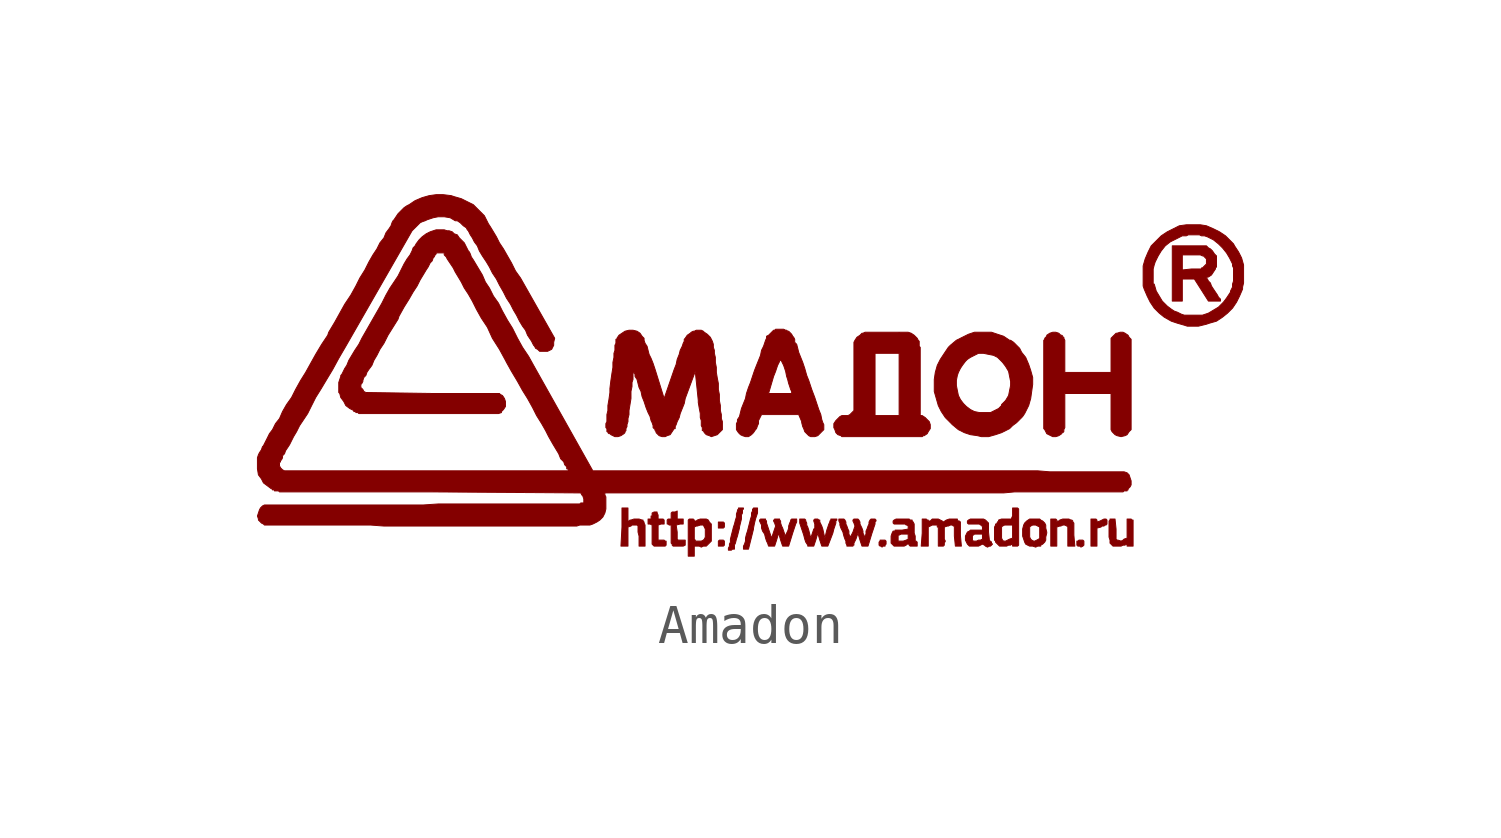
<source format=kicad_sym>
(kicad_symbol_lib
  (version 20220914)
  (generator kicad_symbol_editor)
  (symbol "Amadon"
    (pin_names
      (offset 1.016))
    (property "Reference" "Logo"
      (at 0 6.35 0)
      (effects (font (size 1.524 1.524)) hide))
    (property "Footprint" ""
      (at 0 0 0)
      (effects (font (size 1.524 1.524))))
    (property "Datasheet" ""
      (at 0 0 0)
      (effects (font (size 1.524 1.524))))
    (symbol "Amadon_0_0"
      (polyline (pts (xy -0.66 -4.191) (xy -0.686 -4.166) (xy -0.737 -4.166) (xy -0.787 -4.166) (xy -0.813 -4.191) (xy -0.813 -4.242) (xy -0.813 -4.293) (xy -0.813 -4.318) (xy -0.787 -4.318) (xy -0.737 -4.318) (xy -0.711 -4.318) (xy -0.686 -4.318) (xy -0.66 -4.293) (xy -0.66 -4.267) (xy -0.66 -4.242) (xy -0.66 -4.191) (xy -0.66 -4.191)) (stroke (width 0.025) (type solid)) (fill (type outline)))
      (polyline (pts (xy -0.66 -3.734) (xy -0.686 -3.708) (xy -0.737 -3.708) (xy -0.762 -3.708) (xy -0.813 -3.708) (xy -0.813 -3.734) (xy -0.813 -3.785) (xy -0.813 -3.81) (xy -0.813 -3.835) (xy -0.813 -3.861) (xy -0.762 -3.861) (xy -0.711 -3.861) (xy -0.686 -3.861) (xy -0.66 -3.835) (xy -0.66 -3.785) (xy -0.66 -3.734) (xy -0.66 -3.734)) (stroke (width 0.025) (type solid)) (fill (type outline)))
      (polyline (pts (xy 8.433 -4.191) (xy 8.407 -4.166) (xy 8.382 -4.166) (xy 8.331 -4.166) (xy 8.306 -4.166) (xy 8.28 -4.191) (xy 8.255 -4.191) (xy 8.255 -4.242) (xy 8.255 -4.293) (xy 8.28 -4.318) (xy 8.331 -4.318) (xy 8.357 -4.343) (xy 8.407 -4.318) (xy 8.433 -4.293) (xy 8.433 -4.242) (xy 8.433 -4.191) (xy 8.433 -4.191)) (stroke (width 0.025) (type solid)) (fill (type outline)))
      (polyline (pts (xy 3.429 -4.191) (xy 3.404 -4.166) (xy 3.378 -4.166) (xy 3.327 -4.166) (xy 3.302 -4.166) (xy 3.277 -4.166) (xy 3.277 -4.191) (xy 3.251 -4.216) (xy 3.251 -4.242) (xy 3.251 -4.293) (xy 3.277 -4.318) (xy 3.302 -4.318) (xy 3.327 -4.343) (xy 3.353 -4.318) (xy 3.404 -4.318) (xy 3.404 -4.293) (xy 3.429 -4.267) (xy 3.429 -4.242) (xy 3.429 -4.191) (xy 3.429 -4.191)) (stroke (width 0.025) (type solid)) (fill (type outline)))
      (polyline (pts (xy 0.178 -3.353) (xy 0.152 -3.353) (xy 0.127 -3.353) (xy 0.076 -3.353) (xy 0.076 -3.378) (xy 0.051 -3.378) (xy 0.051 -3.429) (xy 0.025 -3.48) (xy 0.025 -3.556) (xy 0 -3.632) (xy -0.025 -3.734) (xy -0.051 -3.835) (xy -0.076 -3.937) (xy -0.102 -4.013) (xy -0.127 -4.115) (xy -0.127 -4.191) (xy -0.152 -4.267) (xy -0.178 -4.318) (xy -0.178 -4.369) (xy -0.178 -4.394) (xy -0.152 -4.394) (xy -0.102 -4.394) (xy -0.051 -4.394) (xy 0.076 -3.886) (xy 0.076 -3.861) (xy 0.102 -3.734) (xy 0.127 -3.632) (xy 0.152 -3.556) (xy 0.178 -3.48) (xy 0.178 -3.429) (xy 0.178 -3.378) (xy 0.178 -3.353) (xy 0.178 -3.353)) (stroke (width 0.025) (type solid)) (fill (type outline)))
      (polyline (pts (xy 9.017 -3.658) (xy 8.992 -3.632) (xy 8.966 -3.632) (xy 8.941 -3.632) (xy 8.89 -3.658) (xy 8.839 -3.683) (xy 8.763 -3.708) (xy 8.763 -3.683) (xy 8.763 -3.658) (xy 8.738 -3.632) (xy 8.687 -3.632) (xy 8.661 -3.632) (xy 8.636 -3.632) (xy 8.611 -3.632) (xy 8.611 -3.658) (xy 8.611 -3.683) (xy 8.611 -3.734) (xy 8.611 -3.785) (xy 8.611 -3.886) (xy 8.611 -3.988) (xy 8.611 -4.064) (xy 8.611 -4.14) (xy 8.611 -4.216) (xy 8.611 -4.267) (xy 8.611 -4.293) (xy 8.611 -4.318) (xy 8.636 -4.318) (xy 8.687 -4.318) (xy 8.763 -4.318) (xy 8.763 -4.089) (xy 8.763 -3.861) (xy 8.865 -3.835) (xy 8.89 -3.81) (xy 8.941 -3.81) (xy 8.966 -3.785) (xy 8.992 -3.785) (xy 9.017 -3.759) (xy 9.017 -3.734) (xy 9.017 -3.683) (xy 9.017 -3.658) (xy 9.017 -3.658)) (stroke (width 0.025) (type solid)) (fill (type outline)))
      (polyline (pts (xy -0.178 -3.353) (xy -0.203 -3.353) (xy -0.229 -3.353) (xy -0.254 -3.353) (xy -0.305 -3.353) (xy -0.305 -3.378) (xy -0.33 -3.404) (xy -0.33 -3.429) (xy -0.356 -3.505) (xy -0.356 -3.581) (xy -0.381 -3.658) (xy -0.406 -3.759) (xy -0.432 -3.835) (xy -0.457 -3.937) (xy -0.483 -4.039) (xy -0.508 -4.14) (xy -0.508 -4.216) (xy -0.533 -4.267) (xy -0.533 -4.318) (xy -0.559 -4.369) (xy -0.559 -4.42) (xy -0.483 -4.42) (xy -0.457 -4.394) (xy -0.432 -4.394) (xy -0.406 -4.394) (xy -0.406 -4.369) (xy -0.406 -4.343) (xy -0.406 -4.293) (xy -0.381 -4.242) (xy -0.356 -4.14) (xy -0.33 -4.064) (xy -0.305 -3.962) (xy -0.279 -3.861) (xy -0.279 -3.835) (xy -0.254 -3.734) (xy -0.229 -3.632) (xy -0.229 -3.531) (xy -0.203 -3.48) (xy -0.203 -3.404) (xy -0.178 -3.378) (xy -0.178 -3.353) (xy -0.178 -3.353)) (stroke (width 0.025) (type solid)) (fill (type outline)))
      (polyline (pts (xy 8.204 -4.318) (xy 8.179 -4.039) (xy 8.179 -4.013) (xy 8.179 -3.912) (xy 8.179 -3.835) (xy 8.179 -3.785) (xy 8.179 -3.734) (xy 8.153 -3.708) (xy 8.153 -3.683) (xy 8.128 -3.658) (xy 8.103 -3.658) (xy 8.052 -3.632) (xy 7.976 -3.632) (xy 7.899 -3.632) (xy 7.823 -3.658) (xy 7.798 -3.683) (xy 7.772 -3.683) (xy 7.747 -3.708) (xy 7.747 -3.683) (xy 7.747 -3.658) (xy 7.722 -3.632) (xy 7.671 -3.632) (xy 7.595 -3.632) (xy 7.595 -3.988) (xy 7.595 -4.318) (xy 7.671 -4.318) (xy 7.747 -4.318) (xy 7.747 -4.089) (xy 7.747 -3.835) (xy 7.823 -3.81) (xy 7.849 -3.81) (xy 7.899 -3.785) (xy 7.95 -3.785) (xy 8.001 -3.81) (xy 8.026 -3.835) (xy 8.026 -3.861) (xy 8.026 -3.912) (xy 8.026 -3.988) (xy 8.026 -4.064) (xy 8.026 -4.318) (xy 8.103 -4.318) (xy 8.204 -4.318) (xy 8.204 -4.318)) (stroke (width 0.025) (type solid)) (fill (type outline)))
      (polyline (pts (xy -2.667 -3.785) (xy -2.692 -3.734) (xy -2.692 -3.708) (xy -2.718 -3.683) (xy -2.718 -3.658) (xy -2.743 -3.658) (xy -2.819 -3.632) (xy -2.87 -3.632) (xy -2.946 -3.632) (xy -3.023 -3.658) (xy -3.048 -3.658) (xy -3.073 -3.683) (xy -3.099 -3.683) (xy -3.099 -3.658) (xy -3.099 -3.632) (xy -3.099 -3.581) (xy -3.099 -3.505) (xy -3.099 -3.353) (xy -3.175 -3.353) (xy -3.251 -3.353) (xy -3.251 -3.835) (xy -3.277 -4.318) (xy -3.175 -4.318) (xy -3.099 -4.318) (xy -3.099 -4.064) (xy -3.099 -3.835) (xy -3.023 -3.81) (xy -2.997 -3.785) (xy -2.946 -3.785) (xy -2.896 -3.785) (xy -2.87 -3.785) (xy -2.845 -3.81) (xy -2.845 -3.835) (xy -2.845 -3.861) (xy -2.845 -3.912) (xy -2.845 -3.962) (xy -2.819 -4.064) (xy -2.819 -4.318) (xy -2.743 -4.318) (xy -2.667 -4.318) (xy -2.667 -4.039) (xy -2.667 -3.937) (xy -2.667 -3.861) (xy -2.667 -3.785) (xy -2.667 -3.785)) (stroke (width 0.025) (type solid)) (fill (type outline)))
      (polyline (pts (xy -1.651 -4.166) (xy -1.727 -4.166) (xy -1.753 -4.166) (xy -1.778 -4.166) (xy -1.803 -4.166) (xy -1.829 -4.166) (xy -1.854 -4.14) (xy -1.854 -4.089) (xy -1.854 -4.039) (xy -1.854 -3.962) (xy -1.88 -3.785) (xy -1.778 -3.759) (xy -1.702 -3.759) (xy -1.702 -3.708) (xy -1.702 -3.683) (xy -1.702 -3.658) (xy -1.702 -3.632) (xy -1.753 -3.632) (xy -1.803 -3.632) (xy -1.854 -3.632) (xy -1.854 -3.531) (xy -1.854 -3.429) (xy -1.905 -3.454) (xy -1.956 -3.454) (xy -1.981 -3.454) (xy -2.007 -3.48) (xy -2.007 -3.505) (xy -2.007 -3.556) (xy -2.007 -3.632) (xy -2.057 -3.632) (xy -2.083 -3.632) (xy -2.108 -3.658) (xy -2.108 -3.683) (xy -2.108 -3.734) (xy -2.108 -3.759) (xy -2.083 -3.759) (xy -2.057 -3.785) (xy -2.007 -3.785) (xy -2.007 -3.988) (xy -2.007 -4.039) (xy -2.007 -4.115) (xy -2.007 -4.191) (xy -2.007 -4.242) (xy -1.981 -4.267) (xy -1.981 -4.293) (xy -1.956 -4.318) (xy -1.905 -4.318) (xy -1.854 -4.318) (xy -1.803 -4.318) (xy -1.753 -4.318) (xy -1.702 -4.318) (xy -1.651 -4.293) (xy -1.651 -4.267) (xy -1.651 -4.216) (xy -1.651 -4.166) (xy -1.651 -4.166)) (stroke (width 0.025) (type solid)) (fill (type outline)))
      (polyline (pts (xy -2.134 -4.191) (xy -2.159 -4.191) (xy -2.184 -4.166) (xy -2.235 -4.166) (xy -2.286 -4.166) (xy -2.311 -4.166) (xy -2.337 -4.166) (xy -2.337 -4.14) (xy -2.337 -4.089) (xy -2.337 -4.039) (xy -2.337 -3.962) (xy -2.337 -3.785) (xy -2.261 -3.759) (xy -2.184 -3.759) (xy -2.184 -3.708) (xy -2.184 -3.683) (xy -2.184 -3.658) (xy -2.21 -3.632) (xy -2.286 -3.632) (xy -2.337 -3.632) (xy -2.337 -3.531) (xy -2.362 -3.48) (xy -2.362 -3.454) (xy -2.388 -3.454) (xy -2.438 -3.454) (xy -2.489 -3.48) (xy -2.489 -3.556) (xy -2.515 -3.556) (xy -2.515 -3.607) (xy -2.515 -3.632) (xy -2.54 -3.632) (xy -2.565 -3.632) (xy -2.591 -3.632) (xy -2.591 -3.658) (xy -2.591 -3.708) (xy -2.591 -3.734) (xy -2.591 -3.759) (xy -2.54 -3.759) (xy -2.489 -3.785) (xy -2.489 -4.013) (xy -2.489 -4.115) (xy -2.489 -4.166) (xy -2.489 -4.216) (xy -2.489 -4.267) (xy -2.464 -4.293) (xy -2.438 -4.318) (xy -2.413 -4.318) (xy -2.362 -4.318) (xy -2.286 -4.318) (xy -2.235 -4.318) (xy -2.184 -4.318) (xy -2.159 -4.318) (xy -2.134 -4.293) (xy -2.134 -4.267) (xy -2.134 -4.242) (xy -2.134 -4.191) (xy -2.134 -4.191)) (stroke (width 0.025) (type solid)) (fill (type outline)))
      (polyline (pts (xy 7.493 -3.962) (xy 7.468 -3.861) (xy 7.468 -3.785) (xy 7.442 -3.734) (xy 7.391 -3.683) (xy 7.341 -3.658) (xy 7.315 -3.632) (xy 7.315 -3.835) (xy 7.315 -3.912) (xy 7.315 -3.988) (xy 7.315 -4.064) (xy 7.315 -4.115) (xy 7.29 -4.14) (xy 7.239 -4.166) (xy 7.188 -4.191) (xy 7.163 -4.191) (xy 7.112 -4.166) (xy 7.087 -4.14) (xy 7.061 -4.089) (xy 7.061 -4.013) (xy 7.061 -3.988) (xy 7.061 -3.912) (xy 7.061 -3.835) (xy 7.087 -3.81) (xy 7.137 -3.785) (xy 7.188 -3.785) (xy 7.214 -3.785) (xy 7.264 -3.81) (xy 7.315 -3.835) (xy 7.315 -3.632) (xy 7.29 -3.632) (xy 7.239 -3.632) (xy 7.188 -3.632) (xy 7.137 -3.632) (xy 7.061 -3.632) (xy 6.985 -3.683) (xy 6.934 -3.734) (xy 6.909 -3.785) (xy 6.883 -3.886) (xy 6.883 -3.988) (xy 6.883 -4.064) (xy 6.909 -4.14) (xy 6.934 -4.216) (xy 6.96 -4.267) (xy 7.01 -4.293) (xy 7.061 -4.318) (xy 7.137 -4.318) (xy 7.214 -4.343) (xy 7.264 -4.318) (xy 7.341 -4.318) (xy 7.341 -4.293) (xy 7.391 -4.267) (xy 7.442 -4.216) (xy 7.468 -4.166) (xy 7.468 -4.089) (xy 7.493 -3.988) (xy 7.493 -3.962) (xy 7.493 -3.962)) (stroke (width 0.025) (type solid)) (fill (type outline)))
      (polyline (pts (xy 9.677 -3.658) (xy 9.652 -3.658) (xy 9.627 -3.632) (xy 9.601 -3.632) (xy 9.576 -3.632) (xy 9.55 -3.632) (xy 9.525 -3.632) (xy 9.525 -3.658) (xy 9.525 -3.683) (xy 9.525 -3.734) (xy 9.525 -3.81) (xy 9.525 -3.886) (xy 9.525 -4.115) (xy 9.449 -4.14) (xy 9.423 -4.166) (xy 9.373 -4.191) (xy 9.296 -4.166) (xy 9.271 -4.166) (xy 9.246 -4.14) (xy 9.246 -4.115) (xy 9.246 -4.064) (xy 9.246 -4.039) (xy 9.246 -3.962) (xy 9.246 -3.886) (xy 9.22 -3.632) (xy 9.169 -3.632) (xy 9.144 -3.632) (xy 9.119 -3.632) (xy 9.093 -3.632) (xy 9.093 -3.658) (xy 9.068 -3.683) (xy 9.068 -3.708) (xy 9.068 -3.759) (xy 9.068 -3.835) (xy 9.068 -3.937) (xy 9.068 -4.013) (xy 9.068 -4.089) (xy 9.093 -4.166) (xy 9.093 -4.216) (xy 9.093 -4.242) (xy 9.119 -4.267) (xy 9.144 -4.293) (xy 9.169 -4.318) (xy 9.22 -4.318) (xy 9.296 -4.318) (xy 9.373 -4.318) (xy 9.423 -4.293) (xy 9.474 -4.293) (xy 9.5 -4.267) (xy 9.525 -4.293) (xy 9.525 -4.318) (xy 9.55 -4.318) (xy 9.601 -4.318) (xy 9.677 -4.318) (xy 9.677 -3.988) (xy 9.677 -3.937) (xy 9.677 -3.835) (xy 9.677 -3.759) (xy 9.677 -3.708) (xy 9.677 -3.658) (xy 9.677 -3.658)) (stroke (width 0.025) (type solid)) (fill (type outline)))
      (polyline (pts (xy 1.168 -3.632) (xy 1.118 -3.632) (xy 1.092 -3.632) (xy 1.067 -3.632) (xy 1.041 -3.632) (xy 1.016 -3.658) (xy 1.016 -3.683) (xy 0.991 -3.734) (xy 0.965 -3.81) (xy 0.965 -3.861) (xy 0.94 -3.937) (xy 0.914 -3.988) (xy 0.889 -4.039) (xy 0.889 -4.089) (xy 0.864 -4.064) (xy 0.864 -4.013) (xy 0.838 -3.937) (xy 0.813 -3.861) (xy 0.787 -3.81) (xy 0.762 -3.734) (xy 0.762 -3.683) (xy 0.737 -3.658) (xy 0.737 -3.632) (xy 0.686 -3.632) (xy 0.66 -3.632) (xy 0.61 -3.632) (xy 0.61 -3.658) (xy 0.584 -3.658) (xy 0.584 -3.683) (xy 0.61 -3.734) (xy 0.635 -3.81) (xy 0.584 -3.962) (xy 0.533 -4.115) (xy 0.457 -3.886) (xy 0.432 -3.81) (xy 0.406 -3.734) (xy 0.406 -3.683) (xy 0.381 -3.658) (xy 0.381 -3.632) (xy 0.356 -3.632) (xy 0.33 -3.632) (xy 0.279 -3.632) (xy 0.254 -3.632) (xy 0.229 -3.658) (xy 0.229 -3.683) (xy 0.254 -3.734) (xy 0.279 -3.785) (xy 0.279 -3.861) (xy 0.305 -3.937) (xy 0.356 -4.013) (xy 0.381 -4.115) (xy 0.406 -4.191) (xy 0.432 -4.242) (xy 0.457 -4.318) (xy 0.533 -4.318) (xy 0.61 -4.318) (xy 0.66 -4.166) (xy 0.711 -3.988) (xy 0.762 -4.166) (xy 0.813 -4.318) (xy 0.889 -4.318) (xy 0.965 -4.318) (xy 1.067 -3.988) (xy 1.092 -3.912) (xy 1.118 -3.835) (xy 1.143 -3.759) (xy 1.168 -3.708) (xy 1.168 -3.658) (xy 1.168 -3.632) (xy 1.168 -3.632)) (stroke (width 0.025) (type solid)) (fill (type outline)))
      (polyline (pts (xy 2.184 -3.632) (xy 2.159 -3.632) (xy 2.134 -3.632) (xy 2.108 -3.632) (xy 2.083 -3.632) (xy 2.057 -3.632) (xy 2.032 -3.632) (xy 2.032 -3.658) (xy 2.007 -3.683) (xy 2.007 -3.708) (xy 1.981 -3.759) (xy 1.956 -3.835) (xy 1.93 -3.912) (xy 1.88 -4.115) (xy 1.829 -3.886) (xy 1.803 -3.81) (xy 1.778 -3.759) (xy 1.753 -3.708) (xy 1.753 -3.658) (xy 1.727 -3.658) (xy 1.702 -3.632) (xy 1.651 -3.632) (xy 1.626 -3.632) (xy 1.6 -3.658) (xy 1.6 -3.683) (xy 1.626 -3.759) (xy 1.626 -3.785) (xy 1.626 -3.81) (xy 1.626 -3.861) (xy 1.6 -3.886) (xy 1.575 -3.962) (xy 1.524 -4.115) (xy 1.473 -3.912) (xy 1.448 -3.835) (xy 1.422 -3.785) (xy 1.422 -3.734) (xy 1.397 -3.683) (xy 1.397 -3.658) (xy 1.372 -3.632) (xy 1.346 -3.632) (xy 1.295 -3.632) (xy 1.27 -3.632) (xy 1.245 -3.632) (xy 1.245 -3.658) (xy 1.245 -3.683) (xy 1.245 -3.734) (xy 1.27 -3.81) (xy 1.295 -3.886) (xy 1.321 -3.962) (xy 1.346 -4.039) (xy 1.372 -4.14) (xy 1.397 -4.216) (xy 1.448 -4.293) (xy 1.448 -4.318) (xy 1.473 -4.318) (xy 1.524 -4.318) (xy 1.6 -4.318) (xy 1.651 -4.166) (xy 1.702 -3.988) (xy 1.753 -4.166) (xy 1.803 -4.318) (xy 1.88 -4.318) (xy 1.956 -4.318) (xy 2.083 -3.988) (xy 2.108 -3.886) (xy 2.134 -3.81) (xy 2.159 -3.734) (xy 2.159 -3.683) (xy 2.184 -3.658) (xy 2.184 -3.632) (xy 2.184 -3.632)) (stroke (width 0.025) (type solid)) (fill (type outline)))
      (polyline (pts (xy 5.334 -4.318) (xy 5.309 -4.039) (xy 5.309 -3.937) (xy 5.309 -3.861) (xy 5.309 -3.81) (xy 5.309 -3.759) (xy 5.309 -3.708) (xy 5.283 -3.683) (xy 5.258 -3.683) (xy 5.232 -3.658) (xy 5.232 -3.632) (xy 5.182 -3.632) (xy 5.105 -3.632) (xy 5.029 -3.632) (xy 4.953 -3.658) (xy 4.877 -3.708) (xy 4.851 -3.683) (xy 4.801 -3.658) (xy 4.75 -3.632) (xy 4.674 -3.632) (xy 4.597 -3.632) (xy 4.547 -3.683) (xy 4.521 -3.683) (xy 4.496 -3.683) (xy 4.496 -3.658) (xy 4.47 -3.658) (xy 4.445 -3.632) (xy 4.394 -3.632) (xy 4.343 -3.632) (xy 4.343 -3.988) (xy 4.318 -4.318) (xy 4.42 -4.318) (xy 4.496 -4.318) (xy 4.496 -4.064) (xy 4.496 -3.835) (xy 4.547 -3.81) (xy 4.597 -3.785) (xy 4.648 -3.785) (xy 4.674 -3.785) (xy 4.724 -3.785) (xy 4.724 -3.81) (xy 4.724 -3.835) (xy 4.75 -3.835) (xy 4.75 -3.886) (xy 4.75 -3.912) (xy 4.75 -3.988) (xy 4.75 -4.064) (xy 4.75 -4.318) (xy 4.826 -4.318) (xy 4.851 -4.318) (xy 4.877 -4.318) (xy 4.902 -4.293) (xy 4.902 -4.242) (xy 4.928 -4.191) (xy 4.902 -4.14) (xy 4.902 -4.039) (xy 4.902 -3.835) (xy 4.978 -3.81) (xy 5.004 -3.81) (xy 5.055 -3.785) (xy 5.105 -3.785) (xy 5.131 -3.81) (xy 5.156 -3.81) (xy 5.156 -3.835) (xy 5.156 -3.861) (xy 5.156 -3.912) (xy 5.156 -3.988) (xy 5.156 -4.064) (xy 5.182 -4.318) (xy 5.258 -4.318) (xy 5.334 -4.318) (xy 5.334 -4.318)) (stroke (width 0.025) (type solid)) (fill (type outline)))
      (polyline (pts (xy 11.887 1.93) (xy 11.836 1.981) (xy 11.811 2.032) (xy 11.76 2.108) (xy 11.709 2.184) (xy 11.659 2.261) (xy 11.633 2.337) (xy 11.582 2.388) (xy 11.557 2.438) (xy 11.532 2.464) (xy 11.557 2.489) (xy 11.582 2.489) (xy 11.659 2.54) (xy 11.709 2.616) (xy 11.76 2.692) (xy 11.76 2.718) (xy 11.786 2.743) (xy 11.786 2.794) (xy 11.786 2.87) (xy 11.786 2.896) (xy 11.786 2.972) (xy 11.786 3.023) (xy 11.735 3.073) (xy 11.684 3.15) (xy 11.633 3.2) (xy 11.582 3.226) (xy 11.532 3.277) (xy 11.532 2.946) (xy 11.532 2.921) (xy 11.532 2.87) (xy 11.532 2.819) (xy 11.481 2.769) (xy 11.43 2.718) (xy 11.405 2.718) (xy 11.405 2.692) (xy 11.379 2.692) (xy 11.328 2.692) (xy 11.278 2.692) (xy 11.227 2.692) (xy 11.151 2.692) (xy 10.922 2.667) (xy 10.922 2.87) (xy 10.922 3.048) (xy 11.176 3.048) (xy 11.252 3.048) (xy 11.328 3.048) (xy 11.379 3.048) (xy 11.43 3.023) (xy 11.455 3.023) (xy 11.481 2.997) (xy 11.506 2.972) (xy 11.532 2.946) (xy 11.532 3.277) (xy 11.506 3.277) (xy 11.074 3.277) (xy 10.668 3.277) (xy 10.668 2.591) (xy 10.668 1.88) (xy 10.795 1.88) (xy 10.922 1.88) (xy 10.922 2.159) (xy 10.922 2.438) (xy 11.074 2.438) (xy 11.227 2.438) (xy 11.405 2.159) (xy 11.582 1.88) (xy 11.735 1.88) (xy 11.811 1.88) (xy 11.862 1.88) (xy 11.887 1.88) (xy 11.887 1.905) (xy 11.887 1.93) (xy 11.887 1.93)) (stroke (width 0.025) (type solid)) (fill (type outline)))
      (polyline (pts (xy 6.121 -4.267) (xy 6.096 -4.242) (xy 6.096 -4.216) (xy 6.071 -4.191) (xy 6.045 -4.191) (xy 6.02 -3.962) (xy 6.02 -3.937) (xy 6.02 -3.861) (xy 6.02 -3.81) (xy 6.02 -3.759) (xy 6.02 -3.734) (xy 5.994 -3.708) (xy 5.969 -3.683) (xy 5.944 -3.658) (xy 5.893 -3.632) (xy 5.817 -3.632) (xy 5.74 -3.632) (xy 5.69 -3.632) (xy 5.613 -3.632) (xy 5.563 -3.632) (xy 5.512 -3.658) (xy 5.486 -3.683) (xy 5.486 -3.708) (xy 5.486 -3.734) (xy 5.512 -3.759) (xy 5.664 -3.759) (xy 5.715 -3.759) (xy 5.766 -3.759) (xy 5.791 -3.759) (xy 5.817 -3.785) (xy 5.842 -3.785) (xy 5.867 -3.835) (xy 5.867 -3.861) (xy 5.867 -3.912) (xy 5.867 -4.013) (xy 5.867 -4.064) (xy 5.867 -4.14) (xy 5.817 -4.166) (xy 5.766 -4.166) (xy 5.715 -4.191) (xy 5.664 -4.191) (xy 5.639 -4.191) (xy 5.613 -4.166) (xy 5.613 -4.14) (xy 5.613 -4.089) (xy 5.613 -4.039) (xy 5.639 -4.039) (xy 5.664 -4.013) (xy 5.715 -4.013) (xy 5.766 -4.013) (xy 5.867 -4.013) (xy 5.867 -3.912) (xy 5.74 -3.912) (xy 5.69 -3.912) (xy 5.639 -3.912) (xy 5.563 -3.912) (xy 5.537 -3.937) (xy 5.486 -3.962) (xy 5.461 -4.013) (xy 5.436 -4.064) (xy 5.436 -4.166) (xy 5.461 -4.216) (xy 5.486 -4.267) (xy 5.537 -4.318) (xy 5.588 -4.318) (xy 5.639 -4.318) (xy 5.69 -4.318) (xy 5.766 -4.318) (xy 5.817 -4.293) (xy 5.867 -4.267) (xy 5.918 -4.293) (xy 5.944 -4.318) (xy 5.994 -4.343) (xy 6.045 -4.318) (xy 6.071 -4.318) (xy 6.096 -4.293) (xy 6.121 -4.267) (xy 6.121 -4.267)) (stroke (width 0.025) (type solid)) (fill (type outline)))
      (polyline (pts (xy 6.782 -3.378) (xy 6.756 -3.353) (xy 6.731 -3.353) (xy 6.68 -3.353) (xy 6.629 -3.353) (xy 6.629 -3.505) (xy 6.629 -3.556) (xy 6.629 -3.785) (xy 6.629 -3.962) (xy 6.629 -4.115) (xy 6.553 -4.14) (xy 6.502 -4.166) (xy 6.452 -4.191) (xy 6.401 -4.191) (xy 6.375 -4.166) (xy 6.35 -4.115) (xy 6.35 -4.039) (xy 6.35 -3.962) (xy 6.35 -3.886) (xy 6.35 -3.835) (xy 6.375 -3.81) (xy 6.426 -3.785) (xy 6.477 -3.785) (xy 6.553 -3.785) (xy 6.629 -3.785) (xy 6.629 -3.556) (xy 6.604 -3.607) (xy 6.604 -3.632) (xy 6.579 -3.632) (xy 6.528 -3.632) (xy 6.477 -3.632) (xy 6.401 -3.632) (xy 6.35 -3.632) (xy 6.274 -3.658) (xy 6.274 -3.683) (xy 6.248 -3.708) (xy 6.223 -3.759) (xy 6.198 -3.759) (xy 6.198 -3.785) (xy 6.172 -3.835) (xy 6.172 -3.861) (xy 6.172 -3.912) (xy 6.172 -3.988) (xy 6.172 -4.064) (xy 6.172 -4.115) (xy 6.172 -4.166) (xy 6.198 -4.191) (xy 6.198 -4.216) (xy 6.223 -4.242) (xy 6.248 -4.267) (xy 6.299 -4.318) (xy 6.325 -4.318) (xy 6.401 -4.318) (xy 6.477 -4.318) (xy 6.528 -4.293) (xy 6.579 -4.293) (xy 6.604 -4.267) (xy 6.629 -4.293) (xy 6.629 -4.318) (xy 6.655 -4.318) (xy 6.68 -4.318) (xy 6.731 -4.318) (xy 6.756 -4.318) (xy 6.782 -4.293) (xy 6.782 -4.242) (xy 6.782 -4.191) (xy 6.782 -4.115) (xy 6.782 -4.039) (xy 6.782 -3.937) (xy 6.782 -3.835) (xy 6.782 -3.785) (xy 6.782 -3.658) (xy 6.782 -3.556) (xy 6.782 -3.505) (xy 6.782 -3.454) (xy 6.782 -3.404) (xy 6.782 -3.378) (xy 6.782 -3.378)) (stroke (width 0.025) (type solid)) (fill (type outline)))
      (polyline (pts (xy -0.991 -3.759) (xy -1.016 -3.734) (xy -1.041 -3.708) (xy -1.067 -3.658) (xy -1.118 -3.632) (xy -1.143 -3.632) (xy -1.143 -3.886) (xy -1.143 -3.962) (xy -1.143 -4.013) (xy -1.143 -4.089) (xy -1.168 -4.14) (xy -1.194 -4.166) (xy -1.245 -4.191) (xy -1.295 -4.191) (xy -1.346 -4.191) (xy -1.372 -4.191) (xy -1.397 -4.191) (xy -1.397 -4.166) (xy -1.422 -4.14) (xy -1.422 -4.115) (xy -1.422 -4.064) (xy -1.422 -4.013) (xy -1.422 -3.835) (xy -1.372 -3.81) (xy -1.346 -3.81) (xy -1.27 -3.785) (xy -1.219 -3.785) (xy -1.194 -3.785) (xy -1.168 -3.835) (xy -1.143 -3.886) (xy -1.143 -3.632) (xy -1.194 -3.632) (xy -1.27 -3.632) (xy -1.346 -3.658) (xy -1.372 -3.683) (xy -1.397 -3.683) (xy -1.422 -3.683) (xy -1.422 -3.658) (xy -1.448 -3.632) (xy -1.473 -3.632) (xy -1.524 -3.632) (xy -1.549 -3.632) (xy -1.575 -3.658) (xy -1.575 -3.683) (xy -1.575 -3.734) (xy -1.575 -3.785) (xy -1.575 -3.861) (xy -1.575 -3.962) (xy -1.575 -4.089) (xy -1.575 -4.166) (xy -1.575 -4.267) (xy -1.575 -4.369) (xy -1.575 -4.445) (xy -1.575 -4.496) (xy -1.575 -4.547) (xy -1.575 -4.572) (xy -1.549 -4.572) (xy -1.499 -4.572) (xy -1.422 -4.572) (xy -1.422 -4.445) (xy -1.422 -4.318) (xy -1.372 -4.318) (xy -1.346 -4.318) (xy -1.295 -4.318) (xy -1.245 -4.343) (xy -1.194 -4.318) (xy -1.118 -4.318) (xy -1.067 -4.267) (xy -1.016 -4.216) (xy -0.991 -4.191) (xy -0.991 -4.166) (xy -0.991 -4.14) (xy -0.991 -4.089) (xy -0.991 -4.039) (xy -0.991 -3.988) (xy -0.991 -3.912) (xy -0.991 -3.861) (xy -0.991 -3.81) (xy -0.991 -3.785) (xy -0.991 -3.759) (xy -0.991 -3.759)) (stroke (width 0.025) (type solid)) (fill (type outline)))
      (polyline (pts (xy 3.175 -3.658) (xy 3.15 -3.632) (xy 3.124 -3.632) (xy 3.073 -3.632) (xy 3.048 -3.632) (xy 3.023 -3.658) (xy 2.997 -3.708) (xy 2.997 -3.759) (xy 2.972 -3.81) (xy 2.946 -3.886) (xy 2.921 -3.937) (xy 2.921 -4.013) (xy 2.896 -4.064) (xy 2.896 -4.089) (xy 2.87 -4.089) (xy 2.87 -4.039) (xy 2.845 -3.988) (xy 2.845 -3.937) (xy 2.819 -3.861) (xy 2.794 -3.81) (xy 2.769 -3.759) (xy 2.769 -3.708) (xy 2.743 -3.658) (xy 2.718 -3.632) (xy 2.692 -3.632) (xy 2.642 -3.632) (xy 2.616 -3.632) (xy 2.591 -3.658) (xy 2.591 -3.683) (xy 2.616 -3.734) (xy 2.642 -3.81) (xy 2.591 -3.962) (xy 2.565 -4.013) (xy 2.54 -4.064) (xy 2.54 -4.089) (xy 2.515 -4.089) (xy 2.515 -4.064) (xy 2.489 -4.013) (xy 2.489 -3.937) (xy 2.464 -3.886) (xy 2.438 -3.81) (xy 2.413 -3.759) (xy 2.413 -3.708) (xy 2.388 -3.658) (xy 2.362 -3.632) (xy 2.337 -3.632) (xy 2.311 -3.632) (xy 2.261 -3.632) (xy 2.235 -3.632) (xy 2.235 -3.658) (xy 2.235 -3.683) (xy 2.261 -3.734) (xy 2.261 -3.785) (xy 2.286 -3.861) (xy 2.337 -3.962) (xy 2.362 -4.064) (xy 2.388 -4.14) (xy 2.413 -4.191) (xy 2.413 -4.242) (xy 2.438 -4.293) (xy 2.438 -4.318) (xy 2.464 -4.318) (xy 2.515 -4.318) (xy 2.54 -4.318) (xy 2.591 -4.318) (xy 2.591 -4.293) (xy 2.616 -4.293) (xy 2.616 -4.242) (xy 2.642 -4.191) (xy 2.667 -4.14) (xy 2.718 -3.988) (xy 2.769 -4.166) (xy 2.819 -4.318) (xy 2.896 -4.318) (xy 2.972 -4.318) (xy 3.073 -3.988) (xy 3.099 -3.912) (xy 3.124 -3.835) (xy 3.15 -3.759) (xy 3.15 -3.708) (xy 3.175 -3.683) (xy 3.175 -3.658) (xy 3.175 -3.658)) (stroke (width 0.025) (type solid)) (fill (type outline)))
      (polyline (pts (xy 4.216 -4.216) (xy 4.191 -4.191) (xy 4.166 -4.191) (xy 4.166 -4.166) (xy 4.166 -4.115) (xy 4.166 -4.064) (xy 4.14 -3.988) (xy 4.14 -3.962) (xy 4.14 -3.886) (xy 4.14 -3.81) (xy 4.14 -3.759) (xy 4.115 -3.708) (xy 4.089 -3.683) (xy 4.089 -3.658) (xy 4.039 -3.658) (xy 4.013 -3.632) (xy 3.962 -3.632) (xy 3.937 -3.632) (xy 3.861 -3.632) (xy 3.81 -3.632) (xy 3.734 -3.632) (xy 3.683 -3.632) (xy 3.632 -3.658) (xy 3.607 -3.683) (xy 3.607 -3.734) (xy 3.632 -3.759) (xy 3.785 -3.759) (xy 3.861 -3.759) (xy 3.912 -3.759) (xy 3.937 -3.785) (xy 3.962 -3.785) (xy 3.988 -3.81) (xy 3.988 -3.861) (xy 3.988 -3.886) (xy 3.988 -4.013) (xy 3.988 -4.064) (xy 3.988 -4.14) (xy 3.937 -4.166) (xy 3.861 -4.191) (xy 3.785 -4.191) (xy 3.759 -4.191) (xy 3.734 -4.191) (xy 3.734 -4.166) (xy 3.734 -4.115) (xy 3.734 -4.089) (xy 3.734 -4.039) (xy 3.759 -4.039) (xy 3.81 -4.013) (xy 3.886 -4.013) (xy 3.988 -4.013) (xy 3.988 -3.886) (xy 3.835 -3.912) (xy 3.81 -3.912) (xy 3.734 -3.912) (xy 3.708 -3.912) (xy 3.658 -3.912) (xy 3.658 -3.937) (xy 3.607 -3.937) (xy 3.581 -3.988) (xy 3.556 -4.064) (xy 3.556 -4.14) (xy 3.556 -4.166) (xy 3.556 -4.242) (xy 3.581 -4.267) (xy 3.632 -4.318) (xy 3.683 -4.318) (xy 3.759 -4.318) (xy 3.81 -4.318) (xy 3.886 -4.318) (xy 3.937 -4.293) (xy 3.962 -4.267) (xy 3.988 -4.267) (xy 4.013 -4.267) (xy 4.013 -4.293) (xy 4.039 -4.318) (xy 4.089 -4.318) (xy 4.14 -4.318) (xy 4.191 -4.318) (xy 4.216 -4.318) (xy 4.216 -4.293) (xy 4.216 -4.267) (xy 4.216 -4.216) (xy 4.216 -4.216)) (stroke (width 0.025) (type solid)) (fill (type outline)))
      (polyline (pts (xy 7.137 -0.051) (xy 7.087 0.127) (xy 7.036 0.279) (xy 6.96 0.457) (xy 6.858 0.584) (xy 6.807 0.686) (xy 6.731 0.762) (xy 6.655 0.838) (xy 6.579 0.889) (xy 6.579 -0.152) (xy 6.579 -0.254) (xy 6.553 -0.381) (xy 6.528 -0.508) (xy 6.452 -0.635) (xy 6.35 -0.737) (xy 6.35 -0.762) (xy 6.274 -0.838) (xy 6.172 -0.889) (xy 6.071 -0.94) (xy 6.02 -0.94) (xy 5.944 -0.94) (xy 5.893 -0.94) (xy 5.791 -0.94) (xy 5.664 -0.914) (xy 5.563 -0.864) (xy 5.461 -0.787) (xy 5.385 -0.711) (xy 5.309 -0.61) (xy 5.258 -0.508) (xy 5.232 -0.381) (xy 5.207 -0.254) (xy 5.207 -0.127) (xy 5.232 0) (xy 5.258 0.076) (xy 5.309 0.178) (xy 5.359 0.254) (xy 5.436 0.356) (xy 5.486 0.406) (xy 5.563 0.457) (xy 5.664 0.508) (xy 5.766 0.559) (xy 5.893 0.559) (xy 6.02 0.533) (xy 6.147 0.508) (xy 6.248 0.457) (xy 6.35 0.356) (xy 6.375 0.33) (xy 6.452 0.229) (xy 6.528 0.102) (xy 6.553 -0.025) (xy 6.579 -0.152) (xy 6.579 0.889) (xy 6.553 0.889) (xy 6.401 0.991) (xy 6.248 1.041) (xy 6.096 1.092) (xy 5.918 1.092) (xy 5.766 1.092) (xy 5.664 1.092) (xy 5.512 1.041) (xy 5.359 0.965) (xy 5.207 0.889) (xy 5.055 0.762) (xy 5.004 0.711) (xy 4.902 0.559) (xy 4.801 0.406) (xy 4.724 0.254) (xy 4.674 0.076) (xy 4.648 -0.102) (xy 4.648 -0.305) (xy 4.648 -0.406) (xy 4.699 -0.584) (xy 4.75 -0.762) (xy 4.826 -0.914) (xy 4.928 -1.067) (xy 5.055 -1.194) (xy 5.105 -1.245) (xy 5.258 -1.372) (xy 5.41 -1.448) (xy 5.563 -1.499) (xy 5.74 -1.524) (xy 5.842 -1.549) (xy 6.02 -1.549) (xy 6.198 -1.499) (xy 6.35 -1.448) (xy 6.502 -1.372) (xy 6.553 -1.346) (xy 6.629 -1.27) (xy 6.731 -1.194) (xy 6.807 -1.118) (xy 6.883 -1.041) (xy 6.934 -0.965) (xy 6.96 -0.914) (xy 7.036 -0.762) (xy 7.087 -0.584) (xy 7.112 -0.406) (xy 7.137 -0.229) (xy 7.137 -0.051) (xy 7.137 -0.051)) (stroke (width 0.025) (type solid)) (fill (type outline)))
      (polyline (pts (xy 4.547 -1.245) (xy 4.521 -1.168) (xy 4.47 -1.118) (xy 4.42 -1.067) (xy 4.343 -1.016) (xy 4.293 -1.016) (xy 4.293 -0.102) (xy 4.293 -0.025) (xy 4.293 0.127) (xy 4.293 0.279) (xy 4.293 0.381) (xy 4.293 0.483) (xy 4.293 0.584) (xy 4.293 0.635) (xy 4.293 0.711) (xy 4.267 0.737) (xy 4.267 0.787) (xy 4.267 0.813) (xy 4.267 0.838) (xy 4.267 0.864) (xy 4.242 0.889) (xy 4.216 0.94) (xy 4.14 1.016) (xy 4.064 1.067) (xy 3.988 1.092) (xy 3.759 1.092) (xy 3.759 0.559) (xy 3.759 -0.229) (xy 3.759 -1.016) (xy 3.454 -1.016) (xy 3.15 -1.016) (xy 3.15 -0.229) (xy 3.15 0.559) (xy 3.454 0.559) (xy 3.759 0.559) (xy 3.759 1.092) (xy 3.454 1.092) (xy 2.896 1.092) (xy 2.845 1.067) (xy 2.819 1.067) (xy 2.769 1.016) (xy 2.692 0.965) (xy 2.642 0.889) (xy 2.616 0.838) (xy 2.616 0.813) (xy 2.616 0.787) (xy 2.616 0.737) (xy 2.616 0.711) (xy 2.616 0.635) (xy 2.616 0.559) (xy 2.616 0.483) (xy 2.616 0.381) (xy 2.616 0.254) (xy 2.616 0.102) (xy 2.616 -0.076) (xy 2.616 -0.889) (xy 2.565 -0.94) (xy 2.54 -0.965) (xy 2.515 -0.991) (xy 2.464 -1.016) (xy 2.413 -1.016) (xy 2.388 -1.016) (xy 2.311 -1.016) (xy 2.261 -1.041) (xy 2.21 -1.092) (xy 2.159 -1.143) (xy 2.108 -1.219) (xy 2.108 -1.295) (xy 2.108 -1.321) (xy 2.134 -1.372) (xy 2.159 -1.448) (xy 2.21 -1.499) (xy 2.286 -1.524) (xy 2.311 -1.549) (xy 2.362 -1.549) (xy 2.388 -1.549) (xy 2.464 -1.549) (xy 2.515 -1.549) (xy 2.616 -1.549) (xy 2.718 -1.549) (xy 2.819 -1.549) (xy 2.972 -1.549) (xy 3.124 -1.549) (xy 3.327 -1.549) (xy 3.404 -1.549) (xy 3.607 -1.549) (xy 3.759 -1.549) (xy 3.912 -1.549) (xy 4.039 -1.549) (xy 4.166 -1.549) (xy 4.242 -1.549) (xy 4.293 -1.549) (xy 4.343 -1.549) (xy 4.369 -1.524) (xy 4.394 -1.524) (xy 4.47 -1.473) (xy 4.496 -1.422) (xy 4.547 -1.346) (xy 4.547 -1.295) (xy 4.547 -1.245) (xy 4.547 -1.245)) (stroke (width 0.025) (type solid)) (fill (type outline)))
      (polyline (pts (xy 9.627 0.914) (xy 9.576 0.965) (xy 9.55 1.016) (xy 9.474 1.067) (xy 9.423 1.092) (xy 9.347 1.092) (xy 9.271 1.067) (xy 9.246 1.067) (xy 9.195 1.016) (xy 9.169 0.991) (xy 9.119 0.94) (xy 9.119 0.914) (xy 9.119 0.889) (xy 9.119 0.864) (xy 9.119 0.838) (xy 9.119 0.762) (xy 9.119 0.711) (xy 9.119 0.61) (xy 9.119 0.508) (xy 9.119 0.076) (xy 8.534 0.076) (xy 7.95 0.076) (xy 7.95 0.483) (xy 7.95 0.508) (xy 7.95 0.635) (xy 7.95 0.737) (xy 7.95 0.787) (xy 7.95 0.864) (xy 7.95 0.889) (xy 7.925 0.94) (xy 7.925 0.965) (xy 7.899 0.965) (xy 7.899 0.991) (xy 7.874 1.016) (xy 7.849 1.016) (xy 7.798 1.067) (xy 7.722 1.092) (xy 7.645 1.092) (xy 7.569 1.067) (xy 7.493 1.016) (xy 7.493 0.991) (xy 7.442 0.94) (xy 7.442 0.914) (xy 7.417 0.889) (xy 7.417 0.838) (xy 7.417 0.762) (xy 7.417 0.686) (xy 7.417 0.584) (xy 7.417 0.457) (xy 7.417 0.33) (xy 7.417 0.203) (xy 7.417 0.051) (xy 7.417 -0.076) (xy 7.417 -0.229) (xy 7.417 -0.381) (xy 7.417 -0.533) (xy 7.417 -0.66) (xy 7.417 -0.813) (xy 7.417 -0.94) (xy 7.417 -1.041) (xy 7.417 -1.143) (xy 7.417 -1.219) (xy 7.417 -1.295) (xy 7.417 -1.346) (xy 7.442 -1.372) (xy 7.468 -1.422) (xy 7.493 -1.473) (xy 7.544 -1.499) (xy 7.595 -1.524) (xy 7.645 -1.549) (xy 7.722 -1.549) (xy 7.798 -1.524) (xy 7.874 -1.473) (xy 7.874 -1.448) (xy 7.899 -1.448) (xy 7.925 -1.422) (xy 7.925 -1.397) (xy 7.925 -1.372) (xy 7.95 -1.321) (xy 7.95 -1.27) (xy 7.95 -1.219) (xy 7.95 -1.118) (xy 7.95 -1.016) (xy 7.95 -0.889) (xy 7.95 -0.457) (xy 8.534 -0.457) (xy 9.119 -0.457) (xy 9.119 -0.914) (xy 9.119 -1.372) (xy 9.144 -1.422) (xy 9.169 -1.448) (xy 9.22 -1.499) (xy 9.271 -1.524) (xy 9.373 -1.549) (xy 9.474 -1.524) (xy 9.525 -1.499) (xy 9.576 -1.422) (xy 9.627 -1.372) (xy 9.627 -0.229) (xy 9.627 0.914) (xy 9.627 0.914)) (stroke (width 0.025) (type solid)) (fill (type outline)))
      (polyline (pts (xy 12.471 2.794) (xy 12.421 2.972) (xy 12.344 3.124) (xy 12.243 3.277) (xy 12.217 3.327) (xy 12.217 2.718) (xy 12.217 2.667) (xy 12.217 2.616) (xy 12.217 2.54) (xy 12.217 2.489) (xy 12.217 2.388) (xy 12.192 2.311) (xy 12.192 2.235) (xy 12.141 2.134) (xy 12.141 2.108) (xy 12.04 1.956) (xy 11.963 1.854) (xy 11.836 1.727) (xy 11.709 1.651) (xy 11.582 1.575) (xy 11.43 1.524) (xy 11.405 1.524) (xy 11.328 1.524) (xy 11.227 1.524) (xy 11.125 1.524) (xy 11.049 1.524) (xy 10.973 1.524) (xy 10.897 1.549) (xy 10.795 1.6) (xy 10.719 1.626) (xy 10.643 1.676) (xy 10.541 1.753) (xy 10.414 1.88) (xy 10.338 2.007) (xy 10.262 2.134) (xy 10.211 2.311) (xy 10.185 2.311) (xy 10.185 2.413) (xy 10.185 2.489) (xy 10.185 2.616) (xy 10.185 2.692) (xy 10.211 2.794) (xy 10.236 2.87) (xy 10.312 3.023) (xy 10.389 3.15) (xy 10.49 3.277) (xy 10.617 3.378) (xy 10.77 3.454) (xy 10.922 3.531) (xy 10.973 3.531) (xy 11.024 3.531) (xy 11.074 3.556) (xy 11.125 3.556) (xy 11.201 3.556) (xy 11.227 3.556) (xy 11.303 3.556) (xy 11.354 3.556) (xy 11.405 3.531) (xy 11.43 3.531) (xy 11.481 3.531) (xy 11.557 3.505) (xy 11.709 3.429) (xy 11.836 3.327) (xy 11.938 3.226) (xy 12.04 3.099) (xy 12.116 2.972) (xy 12.192 2.819) (xy 12.192 2.769) (xy 12.217 2.718) (xy 12.217 3.327) (xy 12.141 3.404) (xy 12.014 3.531) (xy 11.862 3.632) (xy 11.709 3.708) (xy 11.532 3.785) (xy 11.379 3.81) (xy 11.201 3.81) (xy 11.024 3.81) (xy 10.846 3.785) (xy 10.693 3.708) (xy 10.541 3.632) (xy 10.389 3.531) (xy 10.262 3.404) (xy 10.135 3.277) (xy 10.058 3.124) (xy 9.982 2.946) (xy 9.931 2.769) (xy 9.931 2.718) (xy 9.931 2.616) (xy 9.931 2.489) (xy 9.931 2.388) (xy 9.931 2.261) (xy 9.957 2.184) (xy 10.033 2.007) (xy 10.109 1.854) (xy 10.211 1.702) (xy 10.338 1.575) (xy 10.465 1.473) (xy 10.643 1.372) (xy 10.795 1.321) (xy 10.973 1.27) (xy 11.049 1.245) (xy 11.125 1.245) (xy 11.227 1.245) (xy 11.328 1.245) (xy 11.43 1.27) (xy 11.532 1.295) (xy 11.608 1.321) (xy 11.786 1.372) (xy 11.938 1.473) (xy 12.065 1.575) (xy 12.192 1.702) (xy 12.294 1.854) (xy 12.37 2.007) (xy 12.446 2.184) (xy 12.446 2.235) (xy 12.471 2.337) (xy 12.471 2.464) (xy 12.471 2.591) (xy 12.471 2.692) (xy 12.471 2.769) (xy 12.471 2.794) (xy 12.471 2.794)) (stroke (width 0.025) (type solid)) (fill (type outline)))
      (polyline (pts (xy 1.854 -1.245) (xy 1.829 -1.194) (xy 1.803 -1.118) (xy 1.778 -0.991) (xy 1.727 -0.864) (xy 1.676 -0.711) (xy 1.626 -0.559) (xy 1.549 -0.356) (xy 1.473 -0.127) (xy 1.422 0) (xy 1.372 0.178) (xy 1.321 0.33) (xy 1.27 0.457) (xy 1.219 0.584) (xy 1.194 0.686) (xy 1.168 0.787) (xy 1.118 0.838) (xy 1.118 0.914) (xy 1.092 0.965) (xy 1.067 0.991) (xy 1.041 1.041) (xy 1.041 -0.406) (xy 1.041 -0.432) (xy 1.041 -0.457) (xy 1.016 -0.457) (xy 0.965 -0.457) (xy 0.914 -0.457) (xy 0.838 -0.457) (xy 0.762 -0.457) (xy 0.457 -0.457) (xy 0.584 -0.025) (xy 0.635 0.102) (xy 0.66 0.178) (xy 0.686 0.254) (xy 0.711 0.305) (xy 0.737 0.356) (xy 0.737 0.381) (xy 0.762 0.381) (xy 0.787 0.381) (xy 0.787 0.356) (xy 0.813 0.305) (xy 0.838 0.254) (xy 0.864 0.178) (xy 0.889 0.102) (xy 0.914 -0.025) (xy 0.94 -0.102) (xy 0.965 -0.203) (xy 0.991 -0.279) (xy 1.016 -0.356) (xy 1.041 -0.406) (xy 1.041 1.041) (xy 1.016 1.067) (xy 0.991 1.092) (xy 0.965 1.118) (xy 0.94 1.118) (xy 0.914 1.143) (xy 0.889 1.143) (xy 0.838 1.168) (xy 0.813 1.168) (xy 0.762 1.168) (xy 0.737 1.168) (xy 0.686 1.168) (xy 0.635 1.168) (xy 0.61 1.143) (xy 0.584 1.143) (xy 0.559 1.118) (xy 0.508 1.067) (xy 0.457 1.016) (xy 0.406 0.991) (xy 0.406 0.965) (xy 0.406 0.94) (xy 0.381 0.889) (xy 0.356 0.813) (xy 0.33 0.737) (xy 0.279 0.635) (xy 0.254 0.508) (xy 0.203 0.381) (xy 0.152 0.254) (xy 0.102 0.127) (xy 0.051 -0.025) (xy 0 -0.178) (xy -0.051 -0.305) (xy -0.102 -0.457) (xy -0.127 -0.584) (xy -0.178 -0.711) (xy -0.229 -0.838) (xy -0.254 -0.94) (xy -0.279 -1.041) (xy -0.33 -1.118) (xy -0.33 -1.168) (xy -0.356 -1.219) (xy -0.356 -1.245) (xy -0.356 -1.321) (xy -0.356 -1.372) (xy -0.305 -1.448) (xy -0.254 -1.499) (xy -0.203 -1.524) (xy -0.127 -1.549) (xy -0.051 -1.549) (xy 0.025 -1.499) (xy 0.076 -1.448) (xy 0.127 -1.372) (xy 0.152 -1.346) (xy 0.178 -1.27) (xy 0.203 -1.219) (xy 0.203 -1.143) (xy 0.279 -0.991) (xy 0.762 -0.991) (xy 1.219 -0.991) (xy 1.295 -1.168) (xy 1.295 -1.194) (xy 1.321 -1.295) (xy 1.346 -1.346) (xy 1.372 -1.422) (xy 1.397 -1.448) (xy 1.422 -1.473) (xy 1.473 -1.524) (xy 1.524 -1.549) (xy 1.6 -1.549) (xy 1.626 -1.549) (xy 1.702 -1.524) (xy 1.753 -1.473) (xy 1.803 -1.422) (xy 1.854 -1.372) (xy 1.854 -1.295) (xy 1.854 -1.27) (xy 1.854 -1.245) (xy 1.854 -1.245)) (stroke (width 0.025) (type solid)) (fill (type outline)))
      (polyline (pts (xy -0.711 -1.168) (xy -0.737 -1.092) (xy -0.737 -0.991) (xy -0.762 -0.889) (xy -0.762 -0.762) (xy -0.787 -0.635) (xy -0.787 -0.483) (xy -0.813 -0.356) (xy -0.813 -0.203) (xy -0.838 -0.076) (xy -0.864 0.076) (xy -0.864 0.203) (xy -0.889 0.33) (xy -0.889 0.457) (xy -0.914 0.559) (xy -0.914 0.635) (xy -0.94 0.711) (xy -0.94 0.762) (xy -0.94 0.787) (xy -0.965 0.864) (xy -1.016 0.965) (xy -1.092 1.041) (xy -1.168 1.092) (xy -1.194 1.118) (xy -1.245 1.143) (xy -1.27 1.143) (xy -1.321 1.143) (xy -1.372 1.143) (xy -1.422 1.118) (xy -1.448 1.118) (xy -1.499 1.092) (xy -1.524 1.067) (xy -1.6 1.016) (xy -1.651 0.94) (xy -1.676 0.914) (xy -1.676 0.864) (xy -1.702 0.813) (xy -1.727 0.737) (xy -1.778 0.635) (xy -1.803 0.533) (xy -1.854 0.406) (xy -1.88 0.279) (xy -1.93 0.152) (xy -2.184 -0.584) (xy -2.413 0.152) (xy -2.464 0.305) (xy -2.515 0.432) (xy -2.565 0.533) (xy -2.591 0.635) (xy -2.616 0.737) (xy -2.667 0.813) (xy -2.692 0.889) (xy -2.692 0.94) (xy -2.718 0.965) (xy -2.743 0.991) (xy -2.794 1.067) (xy -2.87 1.118) (xy -2.972 1.143) (xy -3.073 1.143) (xy -3.175 1.118) (xy -3.251 1.067) (xy -3.327 1.016) (xy -3.378 0.94) (xy -3.378 0.914) (xy -3.404 0.914) (xy -3.404 0.889) (xy -3.404 0.864) (xy -3.404 0.838) (xy -3.404 0.813) (xy -3.429 0.762) (xy -3.429 0.711) (xy -3.429 0.635) (xy -3.454 0.559) (xy -3.454 0.457) (xy -3.48 0.33) (xy -3.48 0.203) (xy -3.505 0.051) (xy -3.531 -0.127) (xy -3.556 -0.33) (xy -3.556 -0.432) (xy -3.581 -0.61) (xy -3.607 -0.762) (xy -3.607 -0.889) (xy -3.632 -0.991) (xy -3.632 -1.092) (xy -3.632 -1.168) (xy -3.658 -1.219) (xy -3.658 -1.27) (xy -3.658 -1.321) (xy -3.632 -1.346) (xy -3.632 -1.372) (xy -3.632 -1.397) (xy -3.632 -1.422) (xy -3.607 -1.422) (xy -3.607 -1.448) (xy -3.581 -1.473) (xy -3.556 -1.473) (xy -3.531 -1.499) (xy -3.48 -1.524) (xy -3.429 -1.549) (xy -3.353 -1.549) (xy -3.277 -1.524) (xy -3.2 -1.473) (xy -3.175 -1.448) (xy -3.175 -1.422) (xy -3.15 -1.397) (xy -3.15 -1.372) (xy -3.15 -1.346) (xy -3.124 -1.295) (xy -3.124 -1.245) (xy -3.099 -1.168) (xy -3.099 -1.092) (xy -3.073 -0.991) (xy -3.073 -0.889) (xy -3.048 -0.737) (xy -3.023 -0.584) (xy -3.023 -0.533) (xy -3.023 -0.406) (xy -2.997 -0.279) (xy -2.997 -0.178) (xy -2.972 -0.102) (xy -2.972 -0.025) (xy -2.972 0.051) (xy -2.946 0.076) (xy -2.921 0.025) (xy -2.921 -0.025) (xy -2.87 -0.102) (xy -2.845 -0.203) (xy -2.819 -0.305) (xy -2.769 -0.406) (xy -2.743 -0.533) (xy -2.692 -0.66) (xy -2.642 -0.813) (xy -2.591 -0.94) (xy -2.54 -1.041) (xy -2.515 -1.143) (xy -2.489 -1.194) (xy -2.464 -1.27) (xy -2.464 -1.321) (xy -2.438 -1.346) (xy -2.413 -1.372) (xy -2.413 -1.397) (xy -2.388 -1.422) (xy -2.388 -1.448) (xy -2.362 -1.473) (xy -2.311 -1.524) (xy -2.235 -1.549) (xy -2.159 -1.549) (xy -2.108 -1.524) (xy -2.032 -1.499) (xy -1.981 -1.422) (xy -1.93 -1.346) (xy -1.905 -1.346) (xy -1.905 -1.295) (xy -1.88 -1.245) (xy -1.854 -1.168) (xy -1.803 -1.067) (xy -1.778 -0.965) (xy -1.727 -0.838) (xy -1.676 -0.711) (xy -1.651 -0.584) (xy -1.397 0.102) (xy -1.321 -0.635) (xy -1.321 -0.686) (xy -1.295 -0.838) (xy -1.27 -0.965) (xy -1.27 -1.067) (xy -1.245 -1.143) (xy -1.245 -1.219) (xy -1.245 -1.27) (xy -1.219 -1.321) (xy -1.219 -1.346) (xy -1.219 -1.372) (xy -1.219 -1.397) (xy -1.194 -1.397) (xy -1.168 -1.448) (xy -1.118 -1.499) (xy -1.041 -1.524) (xy -0.991 -1.549) (xy -0.914 -1.524) (xy -0.838 -1.499) (xy -0.813 -1.473) (xy -0.762 -1.422) (xy -0.711 -1.372) (xy -0.711 -1.27) (xy -0.711 -1.219) (xy -0.711 -1.168) (xy -0.711 -1.168)) (stroke (width 0.025) (type solid)) (fill (type outline)))
      (polyline (pts (xy 9.627 -2.667) (xy 9.601 -2.591) (xy 9.576 -2.515) (xy 9.525 -2.464) (xy 9.449 -2.438) (xy 9.423 -2.438) (xy 9.398 -2.438) (xy 9.322 -2.438) (xy 9.22 -2.438) (xy 9.119 -2.438) (xy 8.966 -2.438) (xy 8.788 -2.438) (xy 8.611 -2.438) (xy 8.382 -2.438) (xy 8.153 -2.438) (xy 7.874 -2.438) (xy 7.569 -2.438) (xy 7.264 -2.413) (xy 6.909 -2.413) (xy 6.553 -2.413) (xy 6.147 -2.413) (xy 5.74 -2.413) (xy 5.283 -2.413) (xy 4.826 -2.413) (xy 4.343 -2.413) (xy 3.81 -2.413) (xy 3.277 -2.413) (xy 2.718 -2.413) (xy -3.988 -2.413) (xy -5.486 0.254) (xy -5.613 0.483) (xy -5.766 0.711) (xy -5.893 0.94) (xy -6.02 1.194) (xy -6.147 1.397) (xy -6.274 1.626) (xy -6.375 1.829) (xy -6.502 2.007) (xy -6.604 2.21) (xy -6.706 2.362) (xy -6.782 2.54) (xy -6.858 2.667) (xy -6.934 2.794) (xy -7.01 2.921) (xy -7.061 2.997) (xy -7.087 3.073) (xy -7.112 3.124) (xy -7.137 3.15) (xy -7.188 3.251) (xy -7.239 3.353) (xy -7.315 3.429) (xy -7.366 3.48) (xy -7.417 3.556) (xy -7.493 3.581) (xy -7.544 3.632) (xy -7.62 3.658) (xy -7.671 3.658) (xy -7.747 3.683) (xy -7.849 3.683) (xy -7.95 3.683) (xy -8.026 3.658) (xy -8.103 3.632) (xy -8.204 3.581) (xy -8.306 3.505) (xy -8.382 3.429) (xy -8.458 3.327) (xy -8.484 3.277) (xy -8.534 3.226) (xy -8.56 3.15) (xy -8.611 3.048) (xy -8.687 2.946) (xy -8.763 2.819) (xy -8.839 2.667) (xy -8.915 2.515) (xy -9.017 2.362) (xy -9.119 2.21) (xy -9.22 2.032) (xy -9.322 1.829) (xy -9.423 1.651) (xy -9.525 1.473) (xy -9.627 1.295) (xy -9.728 1.118) (xy -9.83 0.94) (xy -9.906 0.787) (xy -10.008 0.635) (xy -10.084 0.508) (xy -10.16 0.381) (xy -10.211 0.254) (xy -10.262 0.178) (xy -10.312 0.076) (xy -10.338 0.025) (xy -10.363 0) (xy -10.363 -0.025) (xy -10.389 -0.102) (xy -10.414 -0.178) (xy -10.414 -0.279) (xy -10.414 -0.356) (xy -10.414 -0.432) (xy -10.389 -0.457) (xy -10.363 -0.559) (xy -10.287 -0.66) (xy -10.236 -0.762) (xy -10.135 -0.838) (xy -10.033 -0.889) (xy -10.033 -0.914) (xy -10.008 -0.914) (xy -9.982 -0.914) (xy -9.982 -0.94) (xy -9.957 -0.94) (xy -9.931 -0.94) (xy -9.906 -0.965) (xy -9.855 -0.965) (xy -9.83 -0.965) (xy -9.779 -0.965) (xy -9.728 -0.965) (xy -9.652 -0.965) (xy -9.576 -0.965) (xy -9.474 -0.965) (xy -9.373 -0.965) (xy -9.246 -0.965) (xy -9.093 -0.965) (xy -8.941 -0.965) (xy -8.763 -0.965) (xy -8.56 -0.965) (xy -8.331 -0.965) (xy -8.077 -0.965) (xy -6.375 -0.965) (xy -6.299 -0.94) (xy -6.299 -0.914) (xy -6.248 -0.864) (xy -6.198 -0.787) (xy -6.198 -0.711) (xy -6.198 -0.66) (xy -6.223 -0.584) (xy -6.274 -0.508) (xy -6.325 -0.483) (xy -6.35 -0.457) (xy -6.375 -0.457) (xy -6.426 -0.457) (xy -6.452 -0.457) (xy -6.502 -0.457) (xy -6.553 -0.457) (xy -6.629 -0.457) (xy -6.706 -0.457) (xy -6.807 -0.457) (xy -6.934 -0.457) (xy -7.061 -0.457) (xy -7.214 -0.457) (xy -7.391 -0.457) (xy -7.595 -0.457) (xy -7.798 -0.457) (xy -8.052 -0.457) (xy -9.728 -0.432) (xy -9.779 -0.406) (xy -9.804 -0.356) (xy -9.83 -0.33) (xy -9.855 -0.305) (xy -9.855 -0.279) (xy -9.855 -0.254) (xy -9.855 -0.229) (xy -9.83 -0.203) (xy -9.804 -0.152) (xy -9.804 -0.127) (xy -9.779 -0.051) (xy -9.728 0) (xy -9.703 0.076) (xy -9.652 0.152) (xy -9.576 0.254) (xy -9.525 0.381) (xy -9.449 0.508) (xy -9.373 0.66) (xy -9.271 0.813) (xy -9.169 1.016) (xy -9.042 1.219) (xy -8.915 1.422) (xy -8.89 1.499) (xy -8.763 1.727) (xy -8.636 1.93) (xy -8.534 2.108) (xy -8.433 2.261) (xy -8.357 2.413) (xy -8.28 2.54) (xy -8.204 2.667) (xy -8.153 2.743) (xy -8.103 2.845) (xy -8.052 2.896) (xy -8.026 2.972) (xy -8.001 2.997) (xy -7.976 3.048) (xy -7.95 3.073) (xy -7.95 3.099) (xy -7.925 3.099) (xy -7.874 3.099) (xy -7.823 3.099) (xy -7.747 3.099) (xy -7.747 3.073) (xy -7.747 3.048) (xy -7.722 3.023) (xy -7.696 2.997) (xy -7.671 2.946) (xy -7.62 2.87) (xy -7.569 2.794) (xy -7.518 2.718) (xy -7.468 2.616) (xy -7.391 2.489) (xy -7.315 2.362) (xy -7.239 2.21) (xy -7.137 2.057) (xy -7.036 1.88) (xy -6.934 1.676) (xy -6.807 1.448) (xy -6.655 1.219) (xy -6.528 0.94) (xy -6.35 0.66) (xy -6.198 0.381) (xy -6.172 0.33) (xy -6.045 0.102) (xy -5.893 -0.152) (xy -5.766 -0.381) (xy -5.639 -0.584) (xy -5.512 -0.813) (xy -5.41 -1.016) (xy -5.283 -1.219) (xy -5.182 -1.397) (xy -5.105 -1.549) (xy -5.004 -1.727) (xy -4.928 -1.854) (xy -4.851 -1.981) (xy -4.801 -2.108) (xy -4.724 -2.184) (xy -4.699 -2.261) (xy -4.648 -2.311) (xy -4.648 -2.362) (xy -4.623 -2.362) (xy -4.597 -2.413) (xy -8.204 -2.413) (xy -11.786 -2.413) (xy -11.836 -2.388) (xy -11.887 -2.337) (xy -11.913 -2.286) (xy -11.913 -2.235) (xy -11.913 -2.21) (xy -11.887 -2.184) (xy -11.887 -2.159) (xy -11.862 -2.134) (xy -11.836 -2.083) (xy -11.836 -2.032) (xy -11.786 -1.981) (xy -11.76 -1.905) (xy -11.709 -1.829) (xy -11.659 -1.753) (xy -11.608 -1.651) (xy -11.557 -1.549) (xy -11.481 -1.422) (xy -11.405 -1.27) (xy -11.303 -1.118) (xy -11.201 -0.965) (xy -11.1 -0.762) (xy -10.998 -0.559) (xy -10.871 -0.356) (xy -10.719 -0.102) (xy -10.566 0.152) (xy -10.414 0.432) (xy -10.236 0.737) (xy -8.56 3.658) (xy -8.458 3.759) (xy -8.407 3.81) (xy -8.357 3.861) (xy -8.306 3.886) (xy -8.23 3.912) (xy -8.179 3.937) (xy -8.026 3.988) (xy -7.899 4.013) (xy -7.747 4.013) (xy -7.595 3.988) (xy -7.468 3.912) (xy -7.417 3.912) (xy -7.341 3.861) (xy -7.264 3.785) (xy -7.188 3.734) (xy -7.163 3.683) (xy -7.137 3.658) (xy -7.112 3.607) (xy -7.087 3.556) (xy -7.036 3.48) (xy -6.985 3.378) (xy -6.909 3.277) (xy -6.858 3.15) (xy -6.782 3.023) (xy -6.68 2.87) (xy -6.604 2.743) (xy -6.528 2.591) (xy -6.426 2.438) (xy -6.35 2.286) (xy -6.248 2.108) (xy -6.172 1.956) (xy -6.071 1.803) (xy -5.994 1.651) (xy -5.918 1.524) (xy -5.842 1.372) (xy -5.766 1.245) (xy -5.69 1.143) (xy -5.639 1.016) (xy -5.588 0.94) (xy -5.537 0.864) (xy -5.512 0.813) (xy -5.486 0.762) (xy -5.461 0.737) (xy -5.436 0.686) (xy -5.385 0.66) (xy -5.334 0.61) (xy -5.309 0.61) (xy -5.258 0.61) (xy -5.182 0.61) (xy -5.131 0.61) (xy -5.08 0.635) (xy -5.029 0.66) (xy -5.004 0.711) (xy -4.978 0.762) (xy -4.978 0.838) (xy -4.953 0.94) (xy -5.817 2.464) (xy -5.944 2.642) (xy -6.045 2.845) (xy -6.147 3.023) (xy -6.248 3.2) (xy -6.35 3.353) (xy -6.426 3.505) (xy -6.502 3.632) (xy -6.579 3.759) (xy -6.629 3.835) (xy -6.68 3.937) (xy -6.706 3.988) (xy -6.731 4.039) (xy -6.756 4.064) (xy -6.883 4.191) (xy -7.01 4.318) (xy -7.163 4.394) (xy -7.315 4.47) (xy -7.493 4.521) (xy -7.569 4.547) (xy -7.772 4.572) (xy -7.95 4.572) (xy -8.128 4.547) (xy -8.306 4.496) (xy -8.484 4.42) (xy -8.636 4.318) (xy -8.687 4.293) (xy -8.763 4.242) (xy -8.839 4.166) (xy -8.915 4.089) (xy -8.966 4.013) (xy -9.017 3.937) (xy -9.042 3.912) (xy -9.068 3.861) (xy -9.093 3.785) (xy -9.144 3.708) (xy -9.22 3.607) (xy -9.271 3.48) (xy -9.373 3.353) (xy -9.449 3.2) (xy -9.55 3.048) (xy -9.652 2.87) (xy -9.754 2.667) (xy -9.881 2.464) (xy -9.982 2.261) (xy -10.109 2.032) (xy -10.262 1.803) (xy -10.389 1.575) (xy -10.516 1.346) (xy -10.668 1.092) (xy -10.693 1.016) (xy -10.846 0.787) (xy -10.998 0.533) (xy -11.125 0.305) (xy -11.252 0.076) (xy -11.379 -0.127) (xy -11.506 -0.356) (xy -11.608 -0.559) (xy -11.735 -0.737) (xy -11.836 -0.914) (xy -11.913 -1.092) (xy -12.014 -1.219) (xy -12.09 -1.372) (xy -12.167 -1.473) (xy -12.217 -1.575) (xy -12.268 -1.676) (xy -12.294 -1.727) (xy -12.319 -1.778) (xy -12.344 -1.803) (xy -12.37 -1.88) (xy -12.421 -1.956) (xy -12.446 -2.007) (xy -12.471 -2.083) (xy -12.471 -2.159) (xy -12.471 -2.235) (xy -12.471 -2.362) (xy -12.446 -2.515) (xy -12.37 -2.616) (xy -12.319 -2.718) (xy -12.217 -2.794) (xy -12.116 -2.87) (xy -12.09 -2.87) (xy -12.09 -2.896) (xy -12.065 -2.896) (xy -12.04 -2.896) (xy -12.04 -2.921) (xy -12.014 -2.921) (xy -11.989 -2.921) (xy -11.963 -2.921) (xy -11.938 -2.921) (xy -11.913 -2.946) (xy -11.862 -2.946) (xy -11.836 -2.946) (xy -11.786 -2.946) (xy -11.709 -2.946) (xy -11.633 -2.946) (xy -11.557 -2.946) (xy -11.455 -2.946) (xy -11.354 -2.946) (xy -11.227 -2.946) (xy -11.1 -2.946) (xy -10.947 -2.946) (xy -10.77 -2.946) (xy -10.592 -2.946) (xy -10.389 -2.946) (xy -10.185 -2.946) (xy -9.931 -2.946) (xy -9.677 -2.946) (xy -9.398 -2.946) (xy -9.093 -2.946) (xy -8.763 -2.946) (xy -8.433 -2.946) (xy -8.052 -2.946) (xy -4.293 -2.972) (xy -4.267 -3.023) (xy -4.242 -3.048) (xy -4.216 -3.124) (xy -4.216 -3.15) (xy -4.216 -3.2) (xy -4.216 -3.226) (xy -4.242 -3.226) (xy -4.267 -3.226) (xy -4.293 -3.226) (xy -4.318 -3.251) (xy -4.369 -3.251) (xy -4.394 -3.251) (xy -4.47 -3.251) (xy -4.521 -3.251) (xy -4.597 -3.251) (xy -4.674 -3.251) (xy -4.775 -3.251) (xy -4.902 -3.251) (xy -5.029 -3.251) (xy -5.156 -3.251) (xy -5.309 -3.251) (xy -5.486 -3.251) (xy -5.69 -3.251) (xy -5.893 -3.251) (xy -6.121 -3.251) (xy -6.35 -3.251) (xy -6.629 -3.251) (xy -6.909 -3.251) (xy -7.214 -3.251) (xy -7.544 -3.251) (xy -7.899 -3.251) (xy -8.28 -3.277) (xy -12.294 -3.277) (xy -12.344 -3.302) (xy -12.395 -3.353) (xy -12.421 -3.404) (xy -12.446 -3.48) (xy -12.471 -3.556) (xy -12.446 -3.632) (xy -12.446 -3.658) (xy -12.395 -3.708) (xy -12.37 -3.734) (xy -12.319 -3.759) (xy -12.294 -3.785) (xy -12.268 -3.785) (xy -12.243 -3.785) (xy -12.192 -3.785) (xy -12.167 -3.785) (xy -12.116 -3.785) (xy -12.04 -3.785) (xy -11.989 -3.785) (xy -11.887 -3.785) (xy -11.786 -3.785) (xy -11.684 -3.785) (xy -11.557 -3.785) (xy -11.43 -3.785) (xy -11.252 -3.785) (xy -11.074 -3.785) (xy -10.897 -3.785) (xy -10.668 -3.785) (xy -10.439 -3.785) (xy -10.185 -3.785) (xy -9.906 -3.785) (xy -9.601 -3.785) (xy -9.271 -3.81) (xy -9.119 -3.81) (xy -8.687 -3.81) (xy -8.306 -3.81) (xy -7.925 -3.81) (xy -7.569 -3.81) (xy -7.239 -3.81) (xy -6.934 -3.81) (xy -6.655 -3.81) (xy -6.375 -3.81) (xy -6.121 -3.81) (xy -5.893 -3.81) (xy -5.69 -3.81) (xy -5.486 -3.81) (xy -5.309 -3.81) (xy -5.156 -3.81) (xy -5.004 -3.81) (xy -4.877 -3.81) (xy -4.75 -3.81) (xy -4.648 -3.81) (xy -4.547 -3.81) (xy -4.47 -3.81) (xy -4.394 -3.81) (xy -4.318 -3.785) (xy -4.267 -3.785) (xy -4.216 -3.785) (xy -4.191 -3.785) (xy -4.14 -3.785) (xy -4.115 -3.785) (xy -4.089 -3.785) (xy -4.064 -3.785) (xy -3.988 -3.759) (xy -3.886 -3.708) (xy -3.81 -3.658) (xy -3.734 -3.581) (xy -3.683 -3.48) (xy -3.658 -3.378) (xy -3.658 -3.353) (xy -3.658 -3.2) (xy -3.658 -3.073) (xy -3.683 -3.023) (xy -3.683 -2.997) (xy -3.683 -2.972) (xy -3.658 -2.972) (xy -3.607 -2.972) (xy -3.556 -2.972) (xy -3.454 -2.972) (xy -3.327 -2.972) (xy -3.2 -2.972) (xy -3.048 -2.972) (xy -2.87 -2.972) (xy -2.667 -2.972) (xy -2.464 -2.972) (xy -2.235 -2.972) (xy -1.981 -2.972) (xy -1.727 -2.972) (xy -1.448 -2.972) (xy -1.143 -2.972) (xy -0.838 -2.972) (xy -0.508 -2.972) (xy -0.178 -2.972) (xy 0.178 -2.972) (xy 0.533 -2.972) (xy 0.889 -2.972) (xy 1.27 -2.972) (xy 1.651 -2.972) (xy 2.032 -2.972) (xy 2.438 -2.972) (xy 2.845 -2.972) (xy 3.277 -2.972) (xy 3.759 -2.972) (xy 4.191 -2.972) (xy 4.623 -2.972) (xy 5.029 -2.972) (xy 5.385 -2.972) (xy 5.74 -2.972) (xy 6.096 -2.972) (xy 6.401 -2.972) (xy 6.68 -2.946) (xy 6.96 -2.946) (xy 7.214 -2.946) (xy 7.468 -2.946) (xy 7.671 -2.946) (xy 7.899 -2.946) (xy 8.077 -2.946) (xy 8.255 -2.946) (xy 8.407 -2.946) (xy 8.56 -2.946) (xy 8.687 -2.946) (xy 8.814 -2.946) (xy 8.915 -2.946) (xy 9.017 -2.946) (xy 9.093 -2.946) (xy 9.169 -2.946) (xy 9.246 -2.946) (xy 9.296 -2.946) (xy 9.347 -2.946) (xy 9.398 -2.946) (xy 9.423 -2.946) (xy 9.449 -2.921) (xy 9.474 -2.921) (xy 9.5 -2.921) (xy 9.525 -2.921) (xy 9.525 -2.896) (xy 9.55 -2.896) (xy 9.55 -2.87) (xy 9.601 -2.819) (xy 9.627 -2.769) (xy 9.627 -2.692) (xy 9.627 -2.667) (xy 9.627 -2.667)) (stroke (width 0.025) (type solid)) (fill (type outline))))))
</source>
